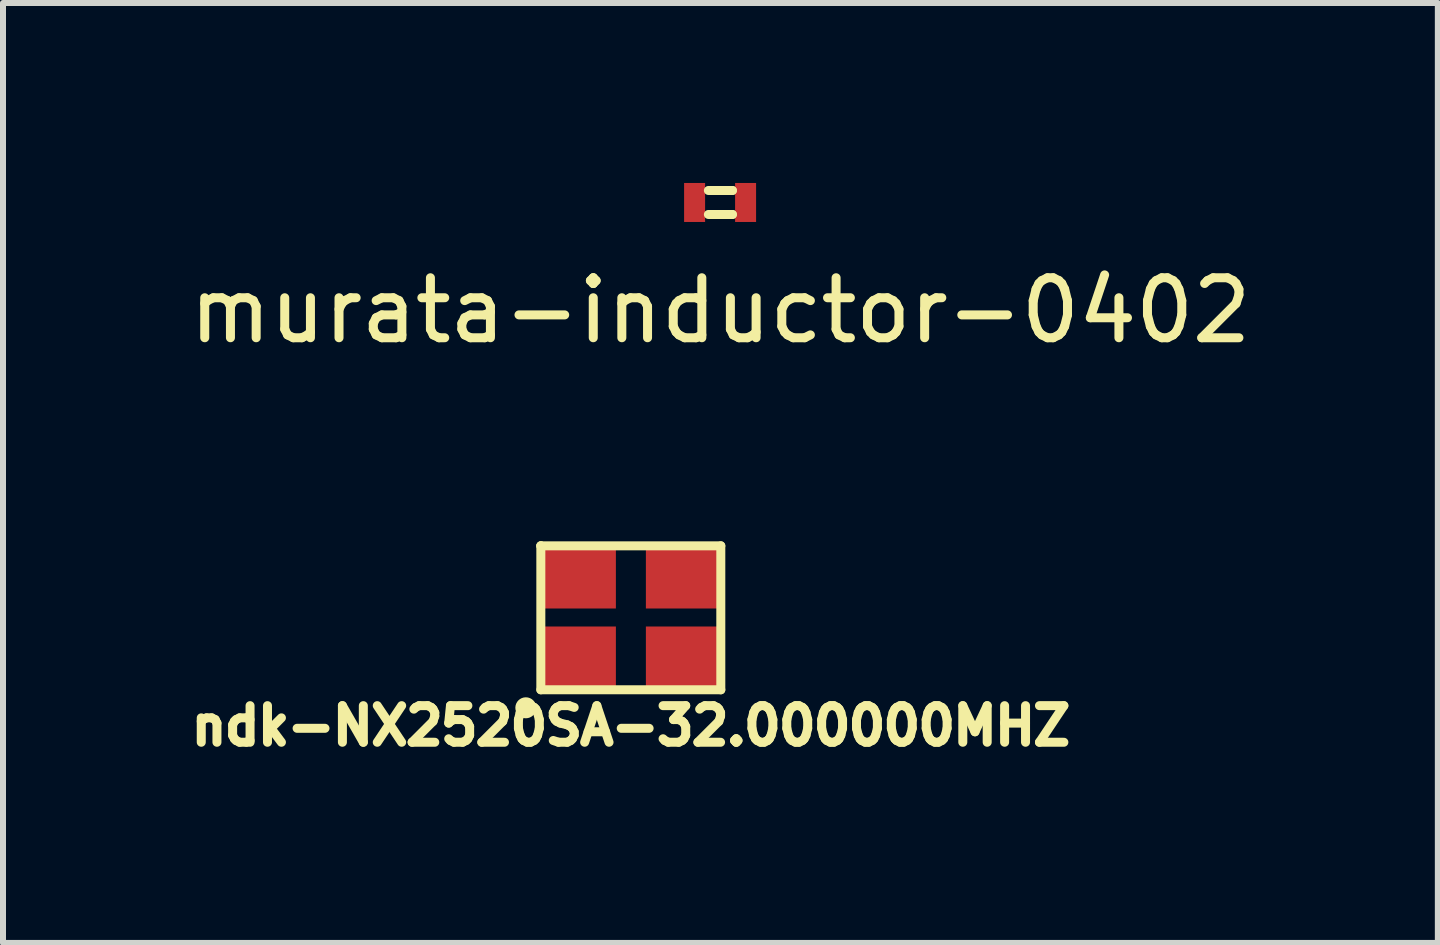
<source format=kicad_pcb>
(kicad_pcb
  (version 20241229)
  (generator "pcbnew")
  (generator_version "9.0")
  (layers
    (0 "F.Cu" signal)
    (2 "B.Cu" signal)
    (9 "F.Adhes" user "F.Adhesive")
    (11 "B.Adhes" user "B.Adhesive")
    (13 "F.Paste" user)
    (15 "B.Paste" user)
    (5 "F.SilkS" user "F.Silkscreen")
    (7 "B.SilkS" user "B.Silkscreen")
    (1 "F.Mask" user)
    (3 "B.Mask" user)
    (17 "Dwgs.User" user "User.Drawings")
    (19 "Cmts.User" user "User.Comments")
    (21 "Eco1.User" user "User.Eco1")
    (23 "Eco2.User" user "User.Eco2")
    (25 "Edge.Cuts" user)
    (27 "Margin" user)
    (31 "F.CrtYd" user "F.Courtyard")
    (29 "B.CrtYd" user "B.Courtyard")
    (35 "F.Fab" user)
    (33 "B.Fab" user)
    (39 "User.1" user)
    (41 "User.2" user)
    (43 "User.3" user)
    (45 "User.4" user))
  (footprint "ndk-NX2520SA-32.000000MHZ"
    (layer "F.Cu")
    (at 7.465 7.248)
    (property "Reference" "ndk-NX2520SA-32.000000MHZ" (at 0 1.8 0) (layer "F.SilkS") (effects (font (size 0.61 0.61) (thickness 0.15))))
    (attr through_hole)
    (fp_line (start -1.5 -1.2) (end -1.5 -1.2) (stroke (width 0.15) (type solid)) (layer "F.SilkS"))
    (fp_line (start -1.5 -1.2) (end 1.5 -1.2) (stroke (width 0.15) (type solid)) (layer "F.SilkS"))
    (fp_line (start -1.5 1.2) (end -1.5 -1.2) (stroke (width 0.15) (type solid)) (layer "F.SilkS"))
    (fp_line (start 1.5 -1.2) (end 1.5 1.2) (stroke (width 0.15) (type solid)) (layer "F.SilkS"))
    (fp_line (start 1.5 1.2) (end -1.5 1.2) (stroke (width 0.15) (type solid)) (layer "F.SilkS"))
    (fp_circle (center -1.75 1.5) (end -1.65 1.5) (stroke (width 0.15) (type solid)) (fill no) (layer "F.SilkS"))
    (pad "1" smd rect (at -0.849 0.645) (size 1.2 1) (layers "F.Cu" "F.Mask" "F.Paste"))
    (pad "2" smd rect (at 0.851 0.645) (size 1.2 1) (layers "F.Cu" "F.Mask" "F.Paste"))
    (pad "3" smd rect (at 0.851 -0.655) (size 1.2 1) (layers "F.Cu" "F.Mask" "F.Paste"))
    (pad "4" smd rect (at -0.849 -0.655) (size 1.2 1) (layers "F.Cu" "F.Mask" "F.Paste")))
  (footprint "murata-inductor-0402"
    (layer "F.Cu")
    (at 8.958 0.325)
    (property "Reference" "murata-inductor-0402" (at 0 1.8 0) (layer "F.SilkS") (effects (font (size 1 1) (thickness 0.15))))
    (attr through_hole)
    (fp_line (start -0.2 -0.2) (end 0.2 -0.2) (stroke (width 0.15) (type solid)) (layer "F.SilkS"))
    (fp_line (start -0.2 0.2) (end 0.2 0.2) (stroke (width 0.15) (type solid)) (layer "F.SilkS"))
    (fp_line (start 0.2 -0.2) (end 0.2 -0.2) (stroke (width 0.15) (type solid)) (layer "F.SilkS"))
    (fp_line (start 0.2 0.2) (end 0.2 0.2) (stroke (width 0.15) (type solid)) (layer "F.SilkS"))
    (pad "1" smd rect (at -0.43 0) (size 0.35 0.65) (layers "F.Cu" "F.Mask" "F.Paste"))
    (pad "2" smd rect (at 0.42 0) (size 0.35 0.65) (layers "F.Cu" "F.Mask" "F.Paste")))
  (gr_rect
    (start -3 -3)
    (end 20.917 12.668)
    (stroke (width 0.1) (type default))
    (fill no)
    (layer "Edge.Cuts")))
</source>
